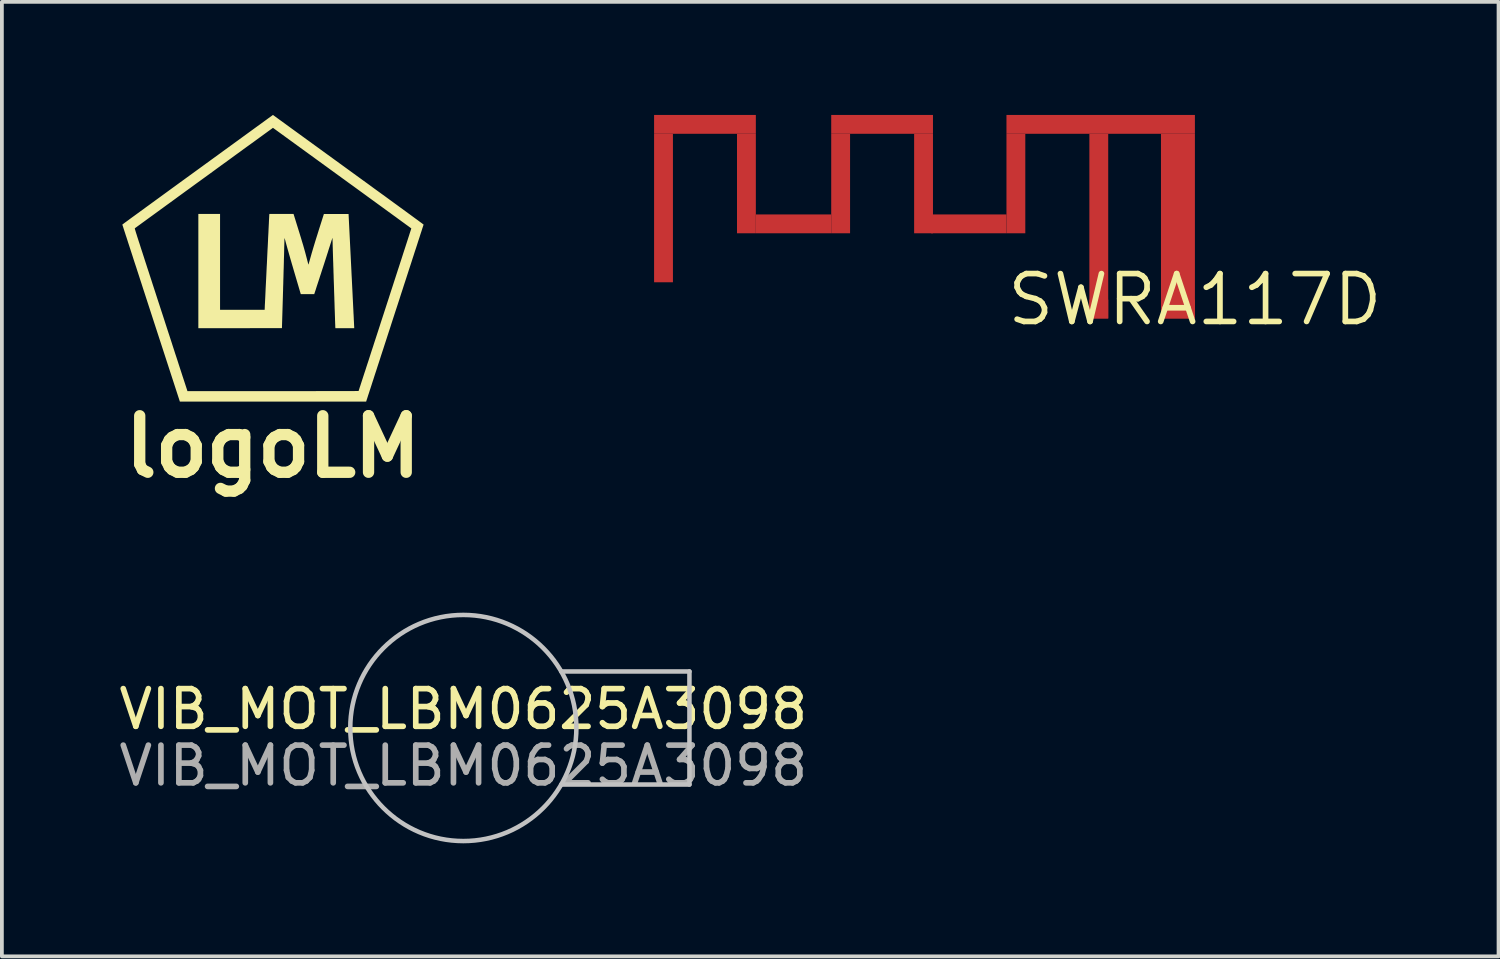
<source format=kicad_pcb>
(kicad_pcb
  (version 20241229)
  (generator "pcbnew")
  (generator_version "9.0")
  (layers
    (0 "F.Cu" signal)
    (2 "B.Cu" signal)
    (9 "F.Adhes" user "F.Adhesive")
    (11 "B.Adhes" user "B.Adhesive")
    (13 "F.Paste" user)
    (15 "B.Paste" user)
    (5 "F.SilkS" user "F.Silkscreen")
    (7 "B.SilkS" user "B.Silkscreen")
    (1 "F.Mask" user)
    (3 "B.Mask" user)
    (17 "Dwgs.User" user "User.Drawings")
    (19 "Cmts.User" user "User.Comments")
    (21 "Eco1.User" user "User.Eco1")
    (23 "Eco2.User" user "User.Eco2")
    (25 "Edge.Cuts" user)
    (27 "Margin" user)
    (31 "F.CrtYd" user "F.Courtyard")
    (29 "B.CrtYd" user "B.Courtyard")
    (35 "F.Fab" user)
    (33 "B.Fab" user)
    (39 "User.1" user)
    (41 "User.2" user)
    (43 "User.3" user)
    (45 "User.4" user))
  (footprint "logoLM"
    (layer "F.Cu")
    (at 4.193 3.803)
    (property "Reference" "logoLM" (at 0 5 0) (layer "F.SilkS") (effects (font (size 1.5 1.5) (thickness 0.3))))
    (attr board_only exclude_from_pos_files exclude_from_bom)
    (fp_poly (pts (xy 0.681 -0.741) (xy 0.704 -0.668) (xy 0.724 -0.601) (xy 0.743 -0.541) (xy 0.759 -0.486) (xy 0.774 -0.436) (xy 0.788 -0.39) (xy 0.801 -0.348) (xy 0.812 -0.308) (xy 0.823 -0.271) (xy 0.833 -0.234) (xy 0.843 -0.199) (xy 0.853 -0.163) (xy 0.863 -0.126) (xy 0.873 -0.088) (xy 0.874 -0.084) (xy 0.885 -0.043) (xy 0.895 -0.004) (xy 0.905 0.033) (xy 0.913 0.066) (xy 0.921 0.095) (xy 0.927 0.119) (xy 0.932 0.137) (xy 0.935 0.149) (xy 0.936 0.153) (xy 0.939 0.163) (xy 0.942 0.167) (xy 0.942 0.167) (xy 0.943 0.163) (xy 0.947 0.152) (xy 0.952 0.135) (xy 0.958 0.111) (xy 0.967 0.083) (xy 0.976 0.051) (xy 0.986 0.014) (xy 0.997 -0.025) (xy 1.009 -0.067) (xy 1.01 -0.07) (xy 1.025 -0.125) (xy 1.042 -0.182) (xy 1.06 -0.243) (xy 1.079 -0.307) (xy 1.1 -0.376) (xy 1.122 -0.449) (xy 1.147 -0.529) (xy 1.174 -0.614) (xy 1.203 -0.707) (xy 1.213 -0.74) (xy 1.351 -1.174) (xy 1.678 -1.174) (xy 2.006 -1.174) (xy 2.081 0.326) (xy 2.086 0.435) (xy 2.092 0.542) (xy 2.097 0.647) (xy 2.102 0.75) (xy 2.107 0.849) (xy 2.112 0.946) (xy 2.116 1.039) (xy 2.121 1.128) (xy 2.125 1.214) (xy 2.129 1.295) (xy 2.133 1.372) (xy 2.136 1.444) (xy 2.14 1.511) (xy 2.143 1.572) (xy 2.145 1.628) (xy 2.148 1.678) (xy 2.15 1.722) (xy 2.152 1.76) (xy 2.153 1.791) (xy 2.155 1.814) (xy 2.155 1.831) (xy 2.156 1.84) (xy 2.156 1.841) (xy 2.156 1.856) (xy 1.906 1.856) (xy 1.657 1.856) (xy 1.654 1.831) (xy 1.654 1.824) (xy 1.653 1.81) (xy 1.653 1.789) (xy 1.652 1.761) (xy 1.65 1.726) (xy 1.649 1.685) (xy 1.647 1.639) (xy 1.646 1.587) (xy 1.644 1.531) (xy 1.642 1.47) (xy 1.64 1.405) (xy 1.637 1.336) (xy 1.635 1.264) (xy 1.633 1.189) (xy 1.63 1.112) (xy 1.628 1.032) (xy 1.625 0.951) (xy 1.622 0.868) (xy 1.62 0.784) (xy 1.617 0.7) (xy 1.614 0.616) (xy 1.611 0.531) (xy 1.609 0.448) (xy 1.606 0.365) (xy 1.604 0.284) (xy 1.601 0.205) (xy 1.599 0.127) (xy 1.596 0.053) (xy 1.594 -0.019) (xy 1.592 -0.088) (xy 1.59 -0.152) (xy 1.588 -0.213) (xy 1.587 -0.269) (xy 1.585 -0.32) (xy 1.584 -0.366) (xy 1.583 -0.406) (xy 1.582 -0.44) (xy 1.581 -0.468) (xy 1.58 -0.488) (xy 1.58 -0.502) (xy 1.58 -0.506) (xy 1.58 -0.523) (xy 1.578 -0.533) (xy 1.577 -0.537) (xy 1.576 -0.536) (xy 1.574 -0.531) (xy 1.57 -0.519) (xy 1.565 -0.501) (xy 1.557 -0.478) (xy 1.548 -0.45) (xy 1.538 -0.417) (xy 1.526 -0.382) (xy 1.514 -0.343) (xy 1.506 -0.318) (xy 1.496 -0.287) (xy 1.484 -0.25) (xy 1.47 -0.206) (xy 1.455 -0.156) (xy 1.437 -0.102) (xy 1.419 -0.044) (xy 1.399 0.017) (xy 1.378 0.082) (xy 1.357 0.148) (xy 1.335 0.215) (xy 1.313 0.282) (xy 1.291 0.35) (xy 1.272 0.41) (xy 1.251 0.472) (xy 1.232 0.533) (xy 1.213 0.59) (xy 1.195 0.645) (xy 1.178 0.697) (xy 1.162 0.745) (xy 1.148 0.789) (xy 1.136 0.828) (xy 1.125 0.862) (xy 1.115 0.89) (xy 1.108 0.913) (xy 1.103 0.928) (xy 1.1 0.937) (xy 1.099 0.939) (xy 1.095 0.952) (xy 0.916 0.952) (xy 0.738 0.952) (xy 0.581 0.419) (xy 0.561 0.351) (xy 0.541 0.283) (xy 0.521 0.214) (xy 0.501 0.147) (xy 0.482 0.08) (xy 0.463 0.016) (xy 0.446 -0.045) (xy 0.429 -0.103) (xy 0.414 -0.157) (xy 0.4 -0.206) (xy 0.387 -0.25) (xy 0.377 -0.287) (xy 0.369 -0.317) (xy 0.368 -0.32) (xy 0.355 -0.367) (xy 0.344 -0.407) (xy 0.335 -0.44) (xy 0.328 -0.467) (xy 0.322 -0.489) (xy 0.317 -0.505) (xy 0.313 -0.518) (xy 0.31 -0.526) (xy 0.309 -0.531) (xy 0.307 -0.534) (xy 0.306 -0.534) (xy 0.306 -0.533) (xy 0.306 -0.53) (xy 0.305 -0.53) (xy 0.305 -0.525) (xy 0.305 -0.512) (xy 0.304 -0.493) (xy 0.303 -0.467) (xy 0.303 -0.436) (xy 0.302 -0.4) (xy 0.301 -0.359) (xy 0.299 -0.314) (xy 0.298 -0.266) (xy 0.297 -0.215) (xy 0.296 -0.166) (xy 0.295 -0.125) (xy 0.294 -0.077) (xy 0.292 -0.022) (xy 0.29 0.039) (xy 0.289 0.105) (xy 0.287 0.177) (xy 0.285 0.253) (xy 0.282 0.332) (xy 0.28 0.415) (xy 0.278 0.5) (xy 0.275 0.586) (xy 0.273 0.675) (xy 0.27 0.763) (xy 0.268 0.852) (xy 0.265 0.94) (xy 0.263 1.022) (xy 0.238 1.854) (xy -0.871 1.855) (xy -1.98 1.856) (xy -1.98 0.34) (xy -1.98 -1.176) (xy -1.692 -1.176) (xy -1.404 -1.176) (xy -1.404 0.096) (xy -1.404 1.368) (xy -0.812 1.368) (xy -0.22 1.368) (xy -0.22 1.355) (xy -0.22 1.35) (xy -0.219 1.336) (xy -0.218 1.316) (xy -0.217 1.289) (xy -0.216 1.255) (xy -0.214 1.215) (xy -0.211 1.17) (xy -0.209 1.119) (xy -0.206 1.063) (xy -0.203 1.002) (xy -0.2 0.937) (xy -0.197 0.869) (xy -0.194 0.796) (xy -0.19 0.721) (xy -0.186 0.643) (xy -0.182 0.562) (xy -0.178 0.48) (xy -0.174 0.396) (xy -0.17 0.31) (xy -0.166 0.224) (xy -0.161 0.137) (xy -0.157 0.05) (xy -0.153 -0.037) (xy -0.149 -0.123) (xy -0.145 -0.208) (xy -0.14 -0.292) (xy -0.136 -0.374) (xy -0.132 -0.455) (xy -0.129 -0.532) (xy -0.125 -0.607) (xy -0.121 -0.679) (xy -0.118 -0.747) (xy -0.115 -0.811) (xy -0.112 -0.87) (xy -0.109 -0.925) (xy -0.107 -0.975) (xy -0.105 -1.02) (xy -0.103 -1.058) (xy -0.101 -1.091) (xy -0.1 -1.117) (xy -0.099 -1.136) (xy -0.098 -1.147) (xy -0.098 -1.151) (xy -0.095 -1.176) (xy 0.225 -1.176) (xy 0.546 -1.176)) (stroke (width 0) (type solid)) (fill yes) (layer "F.SilkS"))
    (fp_poly (pts (xy 1.999 -2.351) (xy 2.138 -2.25) (xy 2.273 -2.152) (xy 2.404 -2.057) (xy 2.53 -1.966) (xy 2.651 -1.877) (xy 2.768 -1.792) (xy 2.88 -1.711) (xy 2.988 -1.633) (xy 3.09 -1.558) (xy 3.187 -1.487) (xy 3.28 -1.42) (xy 3.367 -1.356) (xy 3.449 -1.297) (xy 3.525 -1.241) (xy 3.596 -1.189) (xy 3.662 -1.141) (xy 3.722 -1.097) (xy 3.776 -1.057) (xy 3.825 -1.022) (xy 3.868 -0.99) (xy 3.904 -0.963) (xy 3.935 -0.941) (xy 3.96 -0.922) (xy 3.978 -0.908) (xy 3.99 -0.899) (xy 3.996 -0.894) (xy 3.997 -0.894) (xy 3.996 -0.89) (xy 3.992 -0.879) (xy 3.986 -0.86) (xy 3.978 -0.835) (xy 3.967 -0.803) (xy 3.955 -0.765) (xy 3.941 -0.72) (xy 3.924 -0.67) (xy 3.906 -0.614) (xy 3.887 -0.553) (xy 3.865 -0.487) (xy 3.842 -0.416) (xy 3.818 -0.34) (xy 3.792 -0.261) (xy 3.764 -0.177) (xy 3.736 -0.089) (xy 3.706 0.002) (xy 3.676 0.097) (xy 3.644 0.195) (xy 3.611 0.295) (xy 3.578 0.398) (xy 3.544 0.503) (xy 3.509 0.611) (xy 3.473 0.72) (xy 3.438 0.83) (xy 3.401 0.942) (xy 3.365 1.055) (xy 3.328 1.169) (xy 3.291 1.283) (xy 3.253 1.398) (xy 3.216 1.512) (xy 3.179 1.626) (xy 3.142 1.74) (xy 3.106 1.853) (xy 3.069 1.965) (xy 3.033 2.076) (xy 2.998 2.185) (xy 2.963 2.292) (xy 2.929 2.398) (xy 2.895 2.501) (xy 2.862 2.602) (xy 2.831 2.7) (xy 2.8 2.794) (xy 2.77 2.886) (xy 2.742 2.974) (xy 2.714 3.058) (xy 2.688 3.138) (xy 2.664 3.214) (xy 2.64 3.286) (xy 2.619 3.352) (xy 2.599 3.414) (xy 2.581 3.47) (xy 2.564 3.52) (xy 2.55 3.565) (xy 2.537 3.604) (xy 2.526 3.636) (xy 2.518 3.662) (xy 2.518 3.663) (xy 2.472 3.804) (xy 0.001 3.804) (xy -2.47 3.804) (xy -3.234 1.457) (xy -3.277 1.324) (xy -3.32 1.192) (xy -3.362 1.063) (xy -3.403 0.936) (xy -3.444 0.811) (xy -3.483 0.689) (xy -3.522 0.57) (xy -3.559 0.455) (xy -3.596 0.342) (xy -3.631 0.233) (xy -3.666 0.128) (xy -3.699 0.027) (xy -3.73 -0.071) (xy -3.76 -0.163) (xy -3.789 -0.252) (xy -3.816 -0.335) (xy -3.842 -0.414) (xy -3.865 -0.487) (xy -3.887 -0.555) (xy -3.908 -0.617) (xy -3.926 -0.674) (xy -3.943 -0.725) (xy -3.957 -0.769) (xy -3.965 -0.793) (xy -3.666 -0.793) (xy -3.666 -0.79) (xy -3.665 -0.787) (xy -3.664 -0.782) (xy -3.663 -0.776) (xy -3.661 -0.769) (xy -3.659 -0.759) (xy -3.655 -0.748) (xy -3.651 -0.735) (xy -3.647 -0.72) (xy -3.641 -0.702) (xy -3.635 -0.681) (xy -3.628 -0.658) (xy -3.619 -0.632) (xy -3.61 -0.602) (xy -3.6 -0.569) (xy -3.588 -0.533) (xy -3.575 -0.492) (xy -3.561 -0.448) (xy -3.545 -0.4) (xy -3.528 -0.347) (xy -3.51 -0.29) (xy -3.49 -0.228) (xy -3.468 -0.162) (xy -3.445 -0.09) (xy -3.42 -0.013) (xy -3.394 0.069) (xy -3.365 0.157) (xy -3.335 0.251) (xy -3.302 0.35) (xy -3.268 0.456) (xy -3.231 0.568) (xy -3.193 0.687) (xy -3.152 0.812) (xy -3.109 0.944) (xy -3.064 1.084) (xy -3.016 1.23) (xy -2.972 1.366) (xy -2.93 1.494) (xy -2.889 1.62) (xy -2.849 1.744) (xy -2.81 1.865) (xy -2.771 1.984) (xy -2.733 2.1) (xy -2.696 2.213) (xy -2.661 2.323) (xy -2.626 2.43) (xy -2.593 2.533) (xy -2.56 2.632) (xy -2.529 2.727) (xy -2.5 2.818) (xy -2.472 2.904) (xy -2.445 2.986) (xy -2.42 3.063) (xy -2.397 3.135) (xy -2.375 3.201) (xy -2.355 3.262) (xy -2.337 3.317) (xy -2.321 3.366) (xy -2.307 3.409) (xy -2.295 3.446) (xy -2.285 3.476) (xy -2.278 3.499) (xy -2.273 3.515) (xy -2.27 3.524) (xy -2.269 3.525) (xy -2.265 3.525) (xy -2.253 3.526) (xy -2.234 3.526) (xy -2.208 3.526) (xy -2.174 3.526) (xy -2.134 3.526) (xy -2.088 3.526) (xy -2.036 3.526) (xy -1.978 3.526) (xy -1.914 3.526) (xy -1.845 3.526) (xy -1.771 3.526) (xy -1.692 3.526) (xy -1.609 3.526) (xy -1.522 3.526) (xy -1.431 3.526) (xy -1.336 3.526) (xy -1.238 3.526) (xy -1.137 3.526) (xy -1.033 3.526) (xy -0.927 3.526) (xy -0.818 3.526) (xy -0.707 3.526) (xy -0.595 3.526) (xy -0.481 3.526) (xy -0.366 3.526) (xy -0.251 3.526) (xy -0.134 3.526) (xy -0.018 3.526) (xy 0.099 3.526) (xy 0.216 3.526) (xy 0.331 3.525) (xy 0.447 3.525) (xy 0.561 3.525) (xy 0.674 3.525) (xy 0.785 3.525) (xy 0.894 3.525) (xy 1.001 3.525) (xy 1.106 3.525) (xy 1.208 3.524) (xy 1.307 3.524) (xy 1.403 3.524) (xy 1.495 3.524) (xy 1.584 3.524) (xy 1.668 3.524) (xy 1.749 3.524) (xy 1.824 3.523) (xy 1.895 3.523) (xy 1.96 3.523) (xy 2.02 3.523) (xy 2.074 3.523) (xy 2.123 3.523) (xy 2.165 3.523) (xy 2.2 3.522) (xy 2.229 3.522) (xy 2.25 3.522) (xy 2.264 3.522) (xy 2.271 3.522) (xy 2.271 3.522) (xy 2.273 3.518) (xy 2.277 3.507) (xy 2.283 3.488) (xy 2.291 3.463) (xy 2.301 3.431) (xy 2.314 3.393) (xy 2.328 3.349) (xy 2.344 3.299) (xy 2.362 3.244) (xy 2.382 3.183) (xy 2.403 3.118) (xy 2.426 3.047) (xy 2.451 2.973) (xy 2.476 2.894) (xy 2.503 2.811) (xy 2.532 2.724) (xy 2.561 2.634) (xy 2.591 2.54) (xy 2.622 2.444) (xy 2.655 2.345) (xy 2.687 2.244) (xy 2.721 2.141) (xy 2.755 2.036) (xy 2.79 1.929) (xy 2.825 1.821) (xy 2.86 1.711) (xy 2.896 1.601) (xy 2.932 1.491) (xy 2.968 1.38) (xy 3.004 1.269) (xy 3.04 1.158) (xy 3.076 1.048) (xy 3.111 0.938) (xy 3.146 0.83) (xy 3.181 0.723) (xy 3.215 0.617) (xy 3.249 0.513) (xy 3.282 0.411) (xy 3.314 0.312) (xy 3.346 0.215) (xy 3.376 0.121) (xy 3.406 0.03) (xy 3.434 -0.058) (xy 3.461 -0.142) (xy 3.487 -0.222) (xy 3.512 -0.298) (xy 3.535 -0.37) (xy 3.557 -0.437) (xy 3.577 -0.499) (xy 3.595 -0.556) (xy 3.612 -0.607) (xy 3.626 -0.653) (xy 3.639 -0.692) (xy 3.65 -0.726) (xy 3.659 -0.753) (xy 3.665 -0.773) (xy 3.669 -0.786) (xy 3.671 -0.792) (xy 3.671 -0.792) (xy 3.668 -0.795) (xy 3.658 -0.802) (xy 3.643 -0.813) (xy 3.621 -0.829) (xy 3.594 -0.849) (xy 3.561 -0.873) (xy 3.522 -0.901) (xy 3.479 -0.933) (xy 3.43 -0.968) (xy 3.377 -1.007) (xy 3.319 -1.049) (xy 3.257 -1.095) (xy 3.19 -1.143) (xy 3.119 -1.195) (xy 3.044 -1.249) (xy 2.966 -1.306) (xy 2.884 -1.366) (xy 2.798 -1.428) (xy 2.709 -1.493) (xy 2.618 -1.559) (xy 2.523 -1.628) (xy 2.426 -1.699) (xy 2.327 -1.771) (xy 2.225 -1.845) (xy 2.121 -1.921) (xy 2.015 -1.997) (xy 1.907 -2.076) (xy 1.835 -2.128) (xy -0.000262 -3.461) (xy -0.019 -3.447) (xy -0.03 -3.439) (xy -0.046 -3.427) (xy -0.069 -3.411) (xy -0.096 -3.391) (xy -0.13 -3.367) (xy -0.168 -3.339) (xy -0.211 -3.308) (xy -0.259 -3.273) (xy -0.311 -3.235) (xy -0.368 -3.194) (xy -0.428 -3.15) (xy -0.492 -3.103) (xy -0.56 -3.054) (xy -0.631 -3.003) (xy -0.706 -2.949) (xy -0.783 -2.893) (xy -0.862 -2.835) (xy -0.945 -2.775) (xy -1.029 -2.714) (xy -1.115 -2.651) (xy -1.203 -2.587) (xy -1.293 -2.522) (xy -1.384 -2.456) (xy -1.476 -2.389) (xy -1.569 -2.321) (xy -1.662 -2.253) (xy -1.756 -2.185) (xy -1.851 -2.116) (xy -1.945 -2.048) (xy -2.039 -1.98) (xy -2.132 -1.912) (xy -2.225 -1.844) (xy -2.317 -1.778) (xy -2.407 -1.712) (xy -2.497 -1.647) (xy -2.584 -1.583) (xy -2.67 -1.52) (xy -2.754 -1.459) (xy -2.836 -1.4) (xy -2.915 -1.342) (xy -2.991 -1.287) (xy -3.065 -1.233) (xy -3.135 -1.182) (xy -3.202 -1.133) (xy -3.266 -1.087) (xy -3.325 -1.044) (xy -3.381 -1.003) (xy -3.432 -0.966) (xy -3.479 -0.932) (xy -3.521 -0.901) (xy -3.558 -0.874) (xy -3.59 -0.851) (xy -3.617 -0.831) (xy -3.638 -0.816) (xy -3.653 -0.805) (xy -3.662 -0.798) (xy -3.665 -0.796) (xy -3.666 -0.795) (xy -3.666 -0.794) (xy -3.666 -0.793) (xy -3.965 -0.793) (xy -3.969 -0.807) (xy -3.979 -0.838) (xy -3.987 -0.863) (xy -3.993 -0.88) (xy -3.996 -0.891) (xy -3.997 -0.894) (xy -3.995 -0.895) (xy -3.989 -0.9) (xy -3.979 -0.908) (xy -3.965 -0.918) (xy -3.947 -0.932) (xy -3.924 -0.949) (xy -3.897 -0.968) (xy -3.865 -0.992) (xy -3.829 -1.018) (xy -3.789 -1.048) (xy -3.744 -1.081) (xy -3.694 -1.117) (xy -3.639 -1.157) (xy -3.58 -1.2) (xy -3.516 -1.247) (xy -3.446 -1.297) (xy -3.372 -1.352) (xy -3.293 -1.409) (xy -3.208 -1.471) (xy -3.119 -1.536) (xy -3.024 -1.605) (xy -2.924 -1.678) (xy -2.818 -1.755) (xy -2.707 -1.836) (xy -2.59 -1.921) (xy -2.468 -2.01) (xy -2.34 -2.103) (xy -2.206 -2.2) (xy -2.067 -2.301) (xy -1.921 -2.407) (xy -1.77 -2.517) (xy -1.613 -2.631) (xy -1.449 -2.75) (xy -1.28 -2.873) (xy -1.104 -3.001) (xy -0.922 -3.133) (xy -0.734 -3.27) (xy -0.54 -3.411) (xy -0.481 -3.454) (xy -0.001 -3.803)) (stroke (width 0) (type solid)) (fill yes) (layer "F.SilkS")))
  (footprint "SWRA117D"
    (layer "F.Cu")
    (at 11.636 4.9)
    (property "Reference" "SWRA117D" (at 17.02 0 0) (layer "F.SilkS") (effects (font (size 1.27 1.27) (thickness 0.15))))
    (attr through_hole)
    (fp_poly (pts (xy 3.17 -4.4) (xy 3.17 -0.46) (xy 2.67 -0.46) (xy 2.67 -4.4) (xy 3.17 -4.4)) (stroke (width 0) (type solid)) (fill yes) (layer "F.Cu"))
    (fp_poly (pts (xy 5.37 -4.9) (xy 5.37 -4.4) (xy 2.67 -4.4) (xy 2.67 -4.9) (xy 5.37 -4.9)) (stroke (width 0) (type solid)) (fill yes) (layer "F.Cu"))
    (fp_poly (pts (xy 5.37 -4.4) (xy 5.37 -1.76) (xy 4.87 -1.76) (xy 4.87 -4.4) (xy 5.37 -4.4)) (stroke (width 0) (type solid)) (fill yes) (layer "F.Cu"))
    (fp_poly (pts (xy 7.37 -2.26) (xy 7.37 -1.76) (xy 5.37 -1.76) (xy 5.37 -2.26) (xy 7.37 -2.26)) (stroke (width 0) (type solid)) (fill yes) (layer "F.Cu"))
    (fp_poly (pts (xy 7.87 -4.4) (xy 7.87 -1.76) (xy 7.37 -1.76) (xy 7.37 -4.4) (xy 7.87 -4.4)) (stroke (width 0) (type solid)) (fill yes) (layer "F.Cu"))
    (fp_poly (pts (xy 10.07 -4.9) (xy 10.07 -4.4) (xy 7.37 -4.4) (xy 7.37 -4.9) (xy 10.07 -4.9)) (stroke (width 0) (type solid)) (fill yes) (layer "F.Cu"))
    (fp_poly (pts (xy 10.07 -4.4) (xy 10.07 -1.76) (xy 9.57 -1.76) (xy 9.57 -4.4) (xy 10.07 -4.4)) (stroke (width 0) (type solid)) (fill yes) (layer "F.Cu"))
    (fp_poly (pts (xy 12.02 -2.26) (xy 12.02 -1.76) (xy 10.02 -1.76) (xy 10.02 -2.26) (xy 12.02 -2.26)) (stroke (width 0) (type solid)) (fill yes) (layer "F.Cu"))
    (fp_poly (pts (xy 12.52 -4.4) (xy 12.52 -1.76) (xy 12.02 -1.76) (xy 12.02 -4.4) (xy 12.52 -4.4)) (stroke (width 0) (type solid)) (fill yes) (layer "F.Cu"))
    (fp_poly (pts (xy 14.72 -4.4) (xy 14.72 0.5) (xy 14.22 0.5) (xy 14.22 -4.4) (xy 14.72 -4.4)) (stroke (width 0) (type solid)) (fill yes) (layer "F.Cu"))
    (fp_poly (pts (xy 17.02 -4.9) (xy 17.02 -4.4) (xy 12.02 -4.4) (xy 12.02 -4.9) (xy 17.02 -4.9)) (stroke (width 0) (type solid)) (fill yes) (layer "F.Cu"))
    (fp_poly (pts (xy 17.02 -4.4) (xy 17.02 0.5) (xy 16.12 0.5) (xy 16.12 -4.4) (xy 17.02 -4.4)) (stroke (width 0) (type solid)) (fill yes) (layer "F.Cu"))
    (pad "1" smd rect (at 14.47 0.25) (size 0.5 0.5) (layers "F.Cu" "F.Mask" "F.Paste"))
    (pad "2" smd rect (at 16.57 0.25) (size 0.9 0.5) (layers "F.Cu" "F.Mask" "F.Paste")))
  (footprint "VIB_MOT_LBM0625A3098"
    (layer "F.Cu")
    (at 9.244 16.267)
    (property "Reference" "VIB_MOT_LBM0625A3098" (at 0 -0.5 0) (unlocked yes) (layer "F.SilkS") (effects (font (size 1 1) (thickness 0.15))))
    (attr smd)
    (fp_line (start 6 -1.5) (end 2.6 -1.5) (stroke (width 0.12) (type default)) (layer "Dwgs.User"))
    (fp_line (start 6 -1.5) (end 6 1.5) (stroke (width 0.12) (type default)) (layer "Dwgs.User"))
    (fp_line (start 6 1.5) (end 2.6 1.5) (stroke (width 0.12) (type default)) (layer "Dwgs.User"))
    (fp_circle (center 0 0) (end 3 0) (stroke (width 0.12) (type default)) (fill no) (layer "Dwgs.User"))
    (fp_text user "${REFERENCE}" (at 0 1 0) (unlocked yes) (layer "F.Fab") (effects (font (size 1 1) (thickness 0.15)))))
  (gr_rect
    (start -3 -3)
    (end 36.713 22.327)
    (stroke (width 0.1) (type default))
    (fill no)
    (layer "Edge.Cuts")))
</source>
